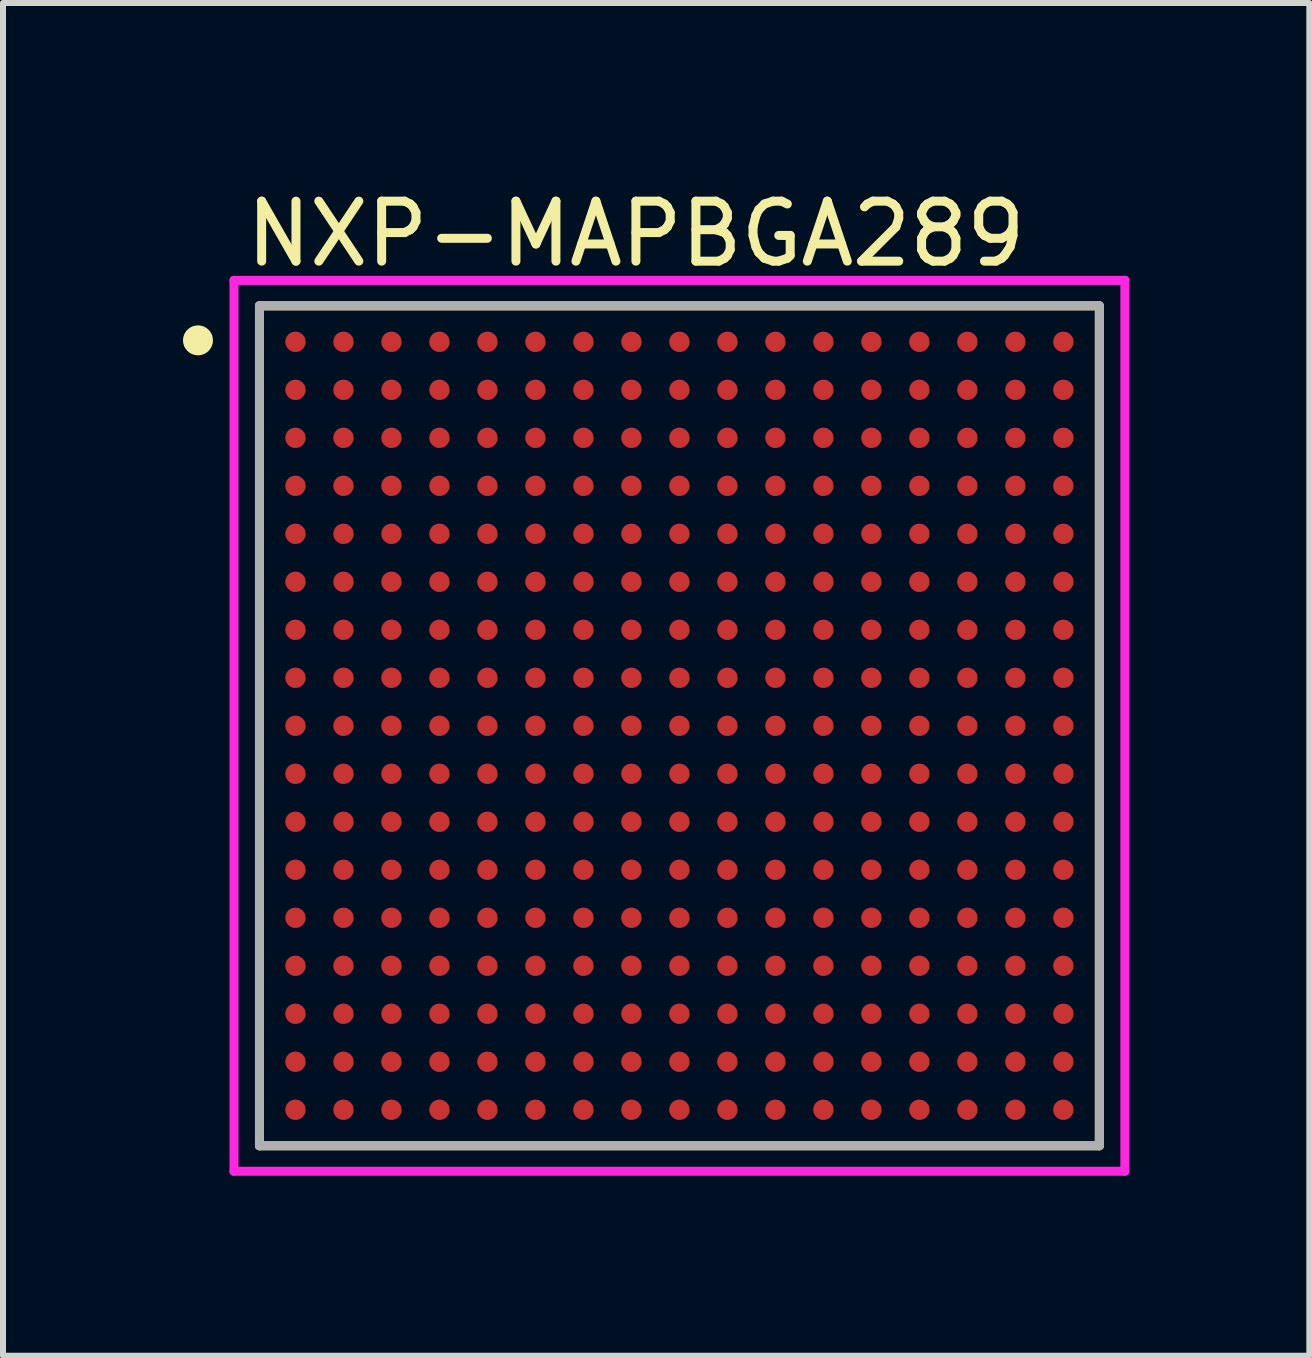
<source format=kicad_pcb>
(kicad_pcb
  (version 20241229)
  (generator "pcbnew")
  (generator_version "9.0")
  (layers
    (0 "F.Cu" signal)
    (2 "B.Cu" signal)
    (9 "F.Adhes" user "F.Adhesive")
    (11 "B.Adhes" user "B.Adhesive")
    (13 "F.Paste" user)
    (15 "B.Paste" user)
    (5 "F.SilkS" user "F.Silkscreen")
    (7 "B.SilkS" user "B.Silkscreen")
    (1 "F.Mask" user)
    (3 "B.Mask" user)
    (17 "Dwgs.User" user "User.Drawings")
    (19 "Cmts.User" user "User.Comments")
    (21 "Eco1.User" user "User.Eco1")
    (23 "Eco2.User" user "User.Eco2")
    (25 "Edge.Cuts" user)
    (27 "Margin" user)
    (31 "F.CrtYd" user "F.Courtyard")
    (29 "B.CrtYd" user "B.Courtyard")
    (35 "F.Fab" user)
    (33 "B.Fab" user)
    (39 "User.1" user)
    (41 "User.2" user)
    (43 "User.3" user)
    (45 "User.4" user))
  (footprint "NXP-MAPBGA289"
    (layer "F.Cu")
    (at 8.275 9.048)
    (property "Reference" "NXP-MAPBGA289" (at -7.3 -8.2 0) (layer "F.SilkS") (effects (font (size 1 1) (thickness 0.15)) (justify left)))
    (attr smd)
    (fp_line (start -7 -7) (end 7 -7) (stroke (width 0.15) (type solid)) (layer "F.SilkS"))
    (fp_line (start -7 7) (end -7 -7) (stroke (width 0.15) (type solid)) (layer "F.SilkS"))
    (fp_line (start 7 -7) (end 7 7) (stroke (width 0.15) (type solid)) (layer "F.SilkS"))
    (fp_line (start 7 7) (end -7 7) (stroke (width 0.15) (type solid)) (layer "F.SilkS"))
    (fp_circle (center -8.025 -6.425) (end -7.9 -6.425) (stroke (width 0.25) (type solid)) (fill no) (layer "F.SilkS"))
    (fp_line (start -7.425 -7.425) (end -7.425 7.425) (stroke (width 0.15) (type solid)) (layer "F.CrtYd"))
    (fp_line (start -7.425 7.425) (end 7.425 7.425) (stroke (width 0.15) (type solid)) (layer "F.CrtYd"))
    (fp_line (start 7.425 -7.425) (end -7.425 -7.425) (stroke (width 0.15) (type solid)) (layer "F.CrtYd"))
    (fp_line (start 7.425 -7.425) (end 7.425 -7.425) (stroke (width 0.15) (type solid)) (layer "F.CrtYd"))
    (fp_line (start 7.425 7.425) (end 7.425 -7.425) (stroke (width 0.15) (type solid)) (layer "F.CrtYd"))
    (fp_line (start -7 -7) (end 7 -7) (stroke (width 0.15) (type solid)) (layer "F.Fab"))
    (fp_line (start -7 7) (end -7 -7) (stroke (width 0.15) (type solid)) (layer "F.Fab"))
    (fp_line (start 7 -7) (end 7 7) (stroke (width 0.15) (type solid)) (layer "F.Fab"))
    (fp_line (start 7 7) (end -7 7) (stroke (width 0.15) (type solid)) (layer "F.Fab"))
    (pad "A1" smd circle (at -6.4 -6.4) (size 0.34 0.34) (layers "F.Cu" "F.Mask" "F.Paste"))
    (pad "A2" smd circle (at -5.6 -6.4) (size 0.34 0.34) (layers "F.Cu" "F.Mask" "F.Paste"))
    (pad "A3" smd circle (at -4.8 -6.4) (size 0.34 0.34) (layers "F.Cu" "F.Mask" "F.Paste"))
    (pad "A4" smd circle (at -4 -6.4) (size 0.34 0.34) (layers "F.Cu" "F.Mask" "F.Paste"))
    (pad "A5" smd circle (at -3.2 -6.4) (size 0.34 0.34) (layers "F.Cu" "F.Mask" "F.Paste"))
    (pad "A6" smd circle (at -2.4 -6.4) (size 0.34 0.34) (layers "F.Cu" "F.Mask" "F.Paste"))
    (pad "A7" smd circle (at -1.6 -6.4) (size 0.34 0.34) (layers "F.Cu" "F.Mask" "F.Paste"))
    (pad "A8" smd circle (at -0.8 -6.4) (size 0.34 0.34) (layers "F.Cu" "F.Mask" "F.Paste"))
    (pad "A9" smd circle (at 0 -6.4) (size 0.34 0.34) (layers "F.Cu" "F.Mask" "F.Paste"))
    (pad "A10" smd circle (at 0.8 -6.4) (size 0.34 0.34) (layers "F.Cu" "F.Mask" "F.Paste"))
    (pad "A11" smd circle (at 1.6 -6.4) (size 0.34 0.34) (layers "F.Cu" "F.Mask" "F.Paste"))
    (pad "A12" smd circle (at 2.4 -6.4) (size 0.34 0.34) (layers "F.Cu" "F.Mask" "F.Paste"))
    (pad "A13" smd circle (at 3.2 -6.4) (size 0.34 0.34) (layers "F.Cu" "F.Mask" "F.Paste"))
    (pad "A14" smd circle (at 4 -6.4) (size 0.34 0.34) (layers "F.Cu" "F.Mask" "F.Paste"))
    (pad "A15" smd circle (at 4.8 -6.4) (size 0.34 0.34) (layers "F.Cu" "F.Mask" "F.Paste"))
    (pad "A16" smd circle (at 5.6 -6.4) (size 0.34 0.34) (layers "F.Cu" "F.Mask" "F.Paste"))
    (pad "A17" smd circle (at 6.4 -6.4) (size 0.34 0.34) (layers "F.Cu" "F.Mask" "F.Paste"))
    (pad "B1" smd circle (at -6.4 -5.6) (size 0.34 0.34) (layers "F.Cu" "F.Mask" "F.Paste"))
    (pad "B2" smd circle (at -5.6 -5.6) (size 0.34 0.34) (layers "F.Cu" "F.Mask" "F.Paste"))
    (pad "B3" smd circle (at -4.8 -5.6) (size 0.34 0.34) (layers "F.Cu" "F.Mask" "F.Paste"))
    (pad "B4" smd circle (at -4 -5.6) (size 0.34 0.34) (layers "F.Cu" "F.Mask" "F.Paste"))
    (pad "B5" smd circle (at -3.2 -5.6) (size 0.34 0.34) (layers "F.Cu" "F.Mask" "F.Paste"))
    (pad "B6" smd circle (at -2.4 -5.6) (size 0.34 0.34) (layers "F.Cu" "F.Mask" "F.Paste"))
    (pad "B7" smd circle (at -1.6 -5.6) (size 0.34 0.34) (layers "F.Cu" "F.Mask" "F.Paste"))
    (pad "B8" smd circle (at -0.8 -5.6) (size 0.34 0.34) (layers "F.Cu" "F.Mask" "F.Paste"))
    (pad "B9" smd circle (at 0 -5.6) (size 0.34 0.34) (layers "F.Cu" "F.Mask" "F.Paste"))
    (pad "B10" smd circle (at 0.8 -5.6) (size 0.34 0.34) (layers "F.Cu" "F.Mask" "F.Paste"))
    (pad "B11" smd circle (at 1.6 -5.6) (size 0.34 0.34) (layers "F.Cu" "F.Mask" "F.Paste"))
    (pad "B12" smd circle (at 2.4 -5.6) (size 0.34 0.34) (layers "F.Cu" "F.Mask" "F.Paste"))
    (pad "B13" smd circle (at 3.2 -5.6) (size 0.34 0.34) (layers "F.Cu" "F.Mask" "F.Paste"))
    (pad "B14" smd circle (at 4 -5.6) (size 0.34 0.34) (layers "F.Cu" "F.Mask" "F.Paste"))
    (pad "B15" smd circle (at 4.8 -5.6) (size 0.34 0.34) (layers "F.Cu" "F.Mask" "F.Paste"))
    (pad "B16" smd circle (at 5.6 -5.6) (size 0.34 0.34) (layers "F.Cu" "F.Mask" "F.Paste"))
    (pad "B17" smd circle (at 6.4 -5.6) (size 0.34 0.34) (layers "F.Cu" "F.Mask" "F.Paste"))
    (pad "C1" smd circle (at -6.4 -4.8) (size 0.34 0.34) (layers "F.Cu" "F.Mask" "F.Paste"))
    (pad "C2" smd circle (at -5.6 -4.8) (size 0.34 0.34) (layers "F.Cu" "F.Mask" "F.Paste"))
    (pad "C3" smd circle (at -4.8 -4.8) (size 0.34 0.34) (layers "F.Cu" "F.Mask" "F.Paste"))
    (pad "C4" smd circle (at -4 -4.8) (size 0.34 0.34) (layers "F.Cu" "F.Mask" "F.Paste"))
    (pad "C5" smd circle (at -3.2 -4.8) (size 0.34 0.34) (layers "F.Cu" "F.Mask" "F.Paste"))
    (pad "C6" smd circle (at -2.4 -4.8) (size 0.34 0.34) (layers "F.Cu" "F.Mask" "F.Paste"))
    (pad "C7" smd circle (at -1.6 -4.8) (size 0.34 0.34) (layers "F.Cu" "F.Mask" "F.Paste"))
    (pad "C8" smd circle (at -0.8 -4.8) (size 0.34 0.34) (layers "F.Cu" "F.Mask" "F.Paste"))
    (pad "C9" smd circle (at 0 -4.8) (size 0.34 0.34) (layers "F.Cu" "F.Mask" "F.Paste"))
    (pad "C10" smd circle (at 0.8 -4.8) (size 0.34 0.34) (layers "F.Cu" "F.Mask" "F.Paste"))
    (pad "C11" smd circle (at 1.6 -4.8) (size 0.34 0.34) (layers "F.Cu" "F.Mask" "F.Paste"))
    (pad "C12" smd circle (at 2.4 -4.8) (size 0.34 0.34) (layers "F.Cu" "F.Mask" "F.Paste"))
    (pad "C13" smd circle (at 3.2 -4.8) (size 0.34 0.34) (layers "F.Cu" "F.Mask" "F.Paste"))
    (pad "C14" smd circle (at 4 -4.8) (size 0.34 0.34) (layers "F.Cu" "F.Mask" "F.Paste"))
    (pad "C15" smd circle (at 4.8 -4.8) (size 0.34 0.34) (layers "F.Cu" "F.Mask" "F.Paste"))
    (pad "C16" smd circle (at 5.6 -4.8) (size 0.34 0.34) (layers "F.Cu" "F.Mask" "F.Paste"))
    (pad "C17" smd circle (at 6.4 -4.8) (size 0.34 0.34) (layers "F.Cu" "F.Mask" "F.Paste"))
    (pad "D1" smd circle (at -6.4 -4) (size 0.34 0.34) (layers "F.Cu" "F.Mask" "F.Paste"))
    (pad "D2" smd circle (at -5.6 -4) (size 0.34 0.34) (layers "F.Cu" "F.Mask" "F.Paste"))
    (pad "D3" smd circle (at -4.8 -4) (size 0.34 0.34) (layers "F.Cu" "F.Mask" "F.Paste"))
    (pad "D4" smd circle (at -4 -4) (size 0.34 0.34) (layers "F.Cu" "F.Mask" "F.Paste"))
    (pad "D5" smd circle (at -3.2 -4) (size 0.34 0.34) (layers "F.Cu" "F.Mask" "F.Paste"))
    (pad "D6" smd circle (at -2.4 -4) (size 0.34 0.34) (layers "F.Cu" "F.Mask" "F.Paste"))
    (pad "D7" smd circle (at -1.6 -4) (size 0.34 0.34) (layers "F.Cu" "F.Mask" "F.Paste"))
    (pad "D8" smd circle (at -0.8 -4) (size 0.34 0.34) (layers "F.Cu" "F.Mask" "F.Paste"))
    (pad "D9" smd circle (at 0 -4) (size 0.34 0.34) (layers "F.Cu" "F.Mask" "F.Paste"))
    (pad "D10" smd circle (at 0.8 -4) (size 0.34 0.34) (layers "F.Cu" "F.Mask" "F.Paste"))
    (pad "D11" smd circle (at 1.6 -4) (size 0.34 0.34) (layers "F.Cu" "F.Mask" "F.Paste"))
    (pad "D12" smd circle (at 2.4 -4) (size 0.34 0.34) (layers "F.Cu" "F.Mask" "F.Paste"))
    (pad "D13" smd circle (at 3.2 -4) (size 0.34 0.34) (layers "F.Cu" "F.Mask" "F.Paste"))
    (pad "D14" smd circle (at 4 -4) (size 0.34 0.34) (layers "F.Cu" "F.Mask" "F.Paste"))
    (pad "D15" smd circle (at 4.8 -4) (size 0.34 0.34) (layers "F.Cu" "F.Mask" "F.Paste"))
    (pad "D16" smd circle (at 5.6 -4) (size 0.34 0.34) (layers "F.Cu" "F.Mask" "F.Paste"))
    (pad "D17" smd circle (at 6.4 -4) (size 0.34 0.34) (layers "F.Cu" "F.Mask" "F.Paste"))
    (pad "E1" smd circle (at -6.4 -3.2) (size 0.34 0.34) (layers "F.Cu" "F.Mask" "F.Paste"))
    (pad "E2" smd circle (at -5.6 -3.2) (size 0.34 0.34) (layers "F.Cu" "F.Mask" "F.Paste"))
    (pad "E3" smd circle (at -4.8 -3.2) (size 0.34 0.34) (layers "F.Cu" "F.Mask" "F.Paste"))
    (pad "E4" smd circle (at -4 -3.2) (size 0.34 0.34) (layers "F.Cu" "F.Mask" "F.Paste"))
    (pad "E5" smd circle (at -3.2 -3.2) (size 0.34 0.34) (layers "F.Cu" "F.Mask" "F.Paste"))
    (pad "E6" smd circle (at -2.4 -3.2) (size 0.34 0.34) (layers "F.Cu" "F.Mask" "F.Paste"))
    (pad "E7" smd circle (at -1.6 -3.2) (size 0.34 0.34) (layers "F.Cu" "F.Mask" "F.Paste"))
    (pad "E8" smd circle (at -0.8 -3.2) (size 0.34 0.34) (layers "F.Cu" "F.Mask" "F.Paste"))
    (pad "E9" smd circle (at 0 -3.2) (size 0.34 0.34) (layers "F.Cu" "F.Mask" "F.Paste"))
    (pad "E10" smd circle (at 0.8 -3.2) (size 0.34 0.34) (layers "F.Cu" "F.Mask" "F.Paste"))
    (pad "E11" smd circle (at 1.6 -3.2) (size 0.34 0.34) (layers "F.Cu" "F.Mask" "F.Paste"))
    (pad "E12" smd circle (at 2.4 -3.2) (size 0.34 0.34) (layers "F.Cu" "F.Mask" "F.Paste"))
    (pad "E13" smd circle (at 3.2 -3.2) (size 0.34 0.34) (layers "F.Cu" "F.Mask" "F.Paste"))
    (pad "E14" smd circle (at 4 -3.2) (size 0.34 0.34) (layers "F.Cu" "F.Mask" "F.Paste"))
    (pad "E15" smd circle (at 4.8 -3.2) (size 0.34 0.34) (layers "F.Cu" "F.Mask" "F.Paste"))
    (pad "E16" smd circle (at 5.6 -3.2) (size 0.34 0.34) (layers "F.Cu" "F.Mask" "F.Paste"))
    (pad "E17" smd circle (at 6.4 -3.2) (size 0.34 0.34) (layers "F.Cu" "F.Mask" "F.Paste"))
    (pad "F1" smd circle (at -6.4 -2.4) (size 0.34 0.34) (layers "F.Cu" "F.Mask" "F.Paste"))
    (pad "F2" smd circle (at -5.6 -2.4) (size 0.34 0.34) (layers "F.Cu" "F.Mask" "F.Paste"))
    (pad "F3" smd circle (at -4.8 -2.4) (size 0.34 0.34) (layers "F.Cu" "F.Mask" "F.Paste"))
    (pad "F4" smd circle (at -4 -2.4) (size 0.34 0.34) (layers "F.Cu" "F.Mask" "F.Paste"))
    (pad "F5" smd circle (at -3.2 -2.4) (size 0.34 0.34) (layers "F.Cu" "F.Mask" "F.Paste"))
    (pad "F6" smd circle (at -2.4 -2.4) (size 0.34 0.34) (layers "F.Cu" "F.Mask" "F.Paste"))
    (pad "F7" smd circle (at -1.6 -2.4) (size 0.34 0.34) (layers "F.Cu" "F.Mask" "F.Paste"))
    (pad "F8" smd circle (at -0.8 -2.4) (size 0.34 0.34) (layers "F.Cu" "F.Mask" "F.Paste"))
    (pad "F9" smd circle (at 0 -2.4) (size 0.34 0.34) (layers "F.Cu" "F.Mask" "F.Paste"))
    (pad "F10" smd circle (at 0.8 -2.4) (size 0.34 0.34) (layers "F.Cu" "F.Mask" "F.Paste"))
    (pad "F11" smd circle (at 1.6 -2.4) (size 0.34 0.34) (layers "F.Cu" "F.Mask" "F.Paste"))
    (pad "F12" smd circle (at 2.4 -2.4) (size 0.34 0.34) (layers "F.Cu" "F.Mask" "F.Paste"))
    (pad "F13" smd circle (at 3.2 -2.4) (size 0.34 0.34) (layers "F.Cu" "F.Mask" "F.Paste"))
    (pad "F14" smd circle (at 4 -2.4) (size 0.34 0.34) (layers "F.Cu" "F.Mask" "F.Paste"))
    (pad "F15" smd circle (at 4.8 -2.4) (size 0.34 0.34) (layers "F.Cu" "F.Mask" "F.Paste"))
    (pad "F16" smd circle (at 5.6 -2.4) (size 0.34 0.34) (layers "F.Cu" "F.Mask" "F.Paste"))
    (pad "F17" smd circle (at 6.4 -2.4) (size 0.34 0.34) (layers "F.Cu" "F.Mask" "F.Paste"))
    (pad "G1" smd circle (at -6.4 -1.6) (size 0.34 0.34) (layers "F.Cu" "F.Mask" "F.Paste"))
    (pad "G2" smd circle (at -5.6 -1.6) (size 0.34 0.34) (layers "F.Cu" "F.Mask" "F.Paste"))
    (pad "G3" smd circle (at -4.8 -1.6) (size 0.34 0.34) (layers "F.Cu" "F.Mask" "F.Paste"))
    (pad "G4" smd circle (at -4 -1.6) (size 0.34 0.34) (layers "F.Cu" "F.Mask" "F.Paste"))
    (pad "G5" smd circle (at -3.2 -1.6) (size 0.34 0.34) (layers "F.Cu" "F.Mask" "F.Paste"))
    (pad "G6" smd circle (at -2.4 -1.6) (size 0.34 0.34) (layers "F.Cu" "F.Mask" "F.Paste"))
    (pad "G7" smd circle (at -1.6 -1.6) (size 0.34 0.34) (layers "F.Cu" "F.Mask" "F.Paste"))
    (pad "G8" smd circle (at -0.8 -1.6) (size 0.34 0.34) (layers "F.Cu" "F.Mask" "F.Paste"))
    (pad "G9" smd circle (at 0 -1.6) (size 0.34 0.34) (layers "F.Cu" "F.Mask" "F.Paste"))
    (pad "G10" smd circle (at 0.8 -1.6) (size 0.34 0.34) (layers "F.Cu" "F.Mask" "F.Paste"))
    (pad "G11" smd circle (at 1.6 -1.6) (size 0.34 0.34) (layers "F.Cu" "F.Mask" "F.Paste"))
    (pad "G12" smd circle (at 2.4 -1.6) (size 0.34 0.34) (layers "F.Cu" "F.Mask" "F.Paste"))
    (pad "G13" smd circle (at 3.2 -1.6) (size 0.34 0.34) (layers "F.Cu" "F.Mask" "F.Paste"))
    (pad "G14" smd circle (at 4 -1.6) (size 0.34 0.34) (layers "F.Cu" "F.Mask" "F.Paste"))
    (pad "G15" smd circle (at 4.8 -1.6) (size 0.34 0.34) (layers "F.Cu" "F.Mask" "F.Paste"))
    (pad "G16" smd circle (at 5.6 -1.6) (size 0.34 0.34) (layers "F.Cu" "F.Mask" "F.Paste"))
    (pad "G17" smd circle (at 6.4 -1.6) (size 0.34 0.34) (layers "F.Cu" "F.Mask" "F.Paste"))
    (pad "H1" smd circle (at -6.4 -0.8) (size 0.34 0.34) (layers "F.Cu" "F.Mask" "F.Paste"))
    (pad "H2" smd circle (at -5.6 -0.8) (size 0.34 0.34) (layers "F.Cu" "F.Mask" "F.Paste"))
    (pad "H3" smd circle (at -4.8 -0.8) (size 0.34 0.34) (layers "F.Cu" "F.Mask" "F.Paste"))
    (pad "H4" smd circle (at -4 -0.8) (size 0.34 0.34) (layers "F.Cu" "F.Mask" "F.Paste"))
    (pad "H5" smd circle (at -3.2 -0.8) (size 0.34 0.34) (layers "F.Cu" "F.Mask" "F.Paste"))
    (pad "H6" smd circle (at -2.4 -0.8) (size 0.34 0.34) (layers "F.Cu" "F.Mask" "F.Paste"))
    (pad "H7" smd circle (at -1.6 -0.8) (size 0.34 0.34) (layers "F.Cu" "F.Mask" "F.Paste"))
    (pad "H8" smd circle (at -0.8 -0.8) (size 0.34 0.34) (layers "F.Cu" "F.Mask" "F.Paste"))
    (pad "H9" smd circle (at 0 -0.8) (size 0.34 0.34) (layers "F.Cu" "F.Mask" "F.Paste"))
    (pad "H10" smd circle (at 0.8 -0.8) (size 0.34 0.34) (layers "F.Cu" "F.Mask" "F.Paste"))
    (pad "H11" smd circle (at 1.6 -0.8) (size 0.34 0.34) (layers "F.Cu" "F.Mask" "F.Paste"))
    (pad "H12" smd circle (at 2.4 -0.8) (size 0.34 0.34) (layers "F.Cu" "F.Mask" "F.Paste"))
    (pad "H13" smd circle (at 3.2 -0.8) (size 0.34 0.34) (layers "F.Cu" "F.Mask" "F.Paste"))
    (pad "H14" smd circle (at 4 -0.8) (size 0.34 0.34) (layers "F.Cu" "F.Mask" "F.Paste"))
    (pad "H15" smd circle (at 4.8 -0.8) (size 0.34 0.34) (layers "F.Cu" "F.Mask" "F.Paste"))
    (pad "H16" smd circle (at 5.6 -0.8) (size 0.34 0.34) (layers "F.Cu" "F.Mask" "F.Paste"))
    (pad "H17" smd circle (at 6.4 -0.8) (size 0.34 0.34) (layers "F.Cu" "F.Mask" "F.Paste"))
    (pad "J1" smd circle (at -6.4 0) (size 0.34 0.34) (layers "F.Cu" "F.Mask" "F.Paste"))
    (pad "J2" smd circle (at -5.6 0) (size 0.34 0.34) (layers "F.Cu" "F.Mask" "F.Paste"))
    (pad "J3" smd circle (at -4.8 0) (size 0.34 0.34) (layers "F.Cu" "F.Mask" "F.Paste"))
    (pad "J4" smd circle (at -4 0) (size 0.34 0.34) (layers "F.Cu" "F.Mask" "F.Paste"))
    (pad "J5" smd circle (at -3.2 0) (size 0.34 0.34) (layers "F.Cu" "F.Mask" "F.Paste"))
    (pad "J6" smd circle (at -2.4 0) (size 0.34 0.34) (layers "F.Cu" "F.Mask" "F.Paste"))
    (pad "J7" smd circle (at -1.6 0) (size 0.34 0.34) (layers "F.Cu" "F.Mask" "F.Paste"))
    (pad "J8" smd circle (at -0.8 0) (size 0.34 0.34) (layers "F.Cu" "F.Mask" "F.Paste"))
    (pad "J9" smd circle (at 0 0) (size 0.34 0.34) (layers "F.Cu" "F.Mask" "F.Paste"))
    (pad "J10" smd circle (at 0.8 0) (size 0.34 0.34) (layers "F.Cu" "F.Mask" "F.Paste"))
    (pad "J11" smd circle (at 1.6 0) (size 0.34 0.34) (layers "F.Cu" "F.Mask" "F.Paste"))
    (pad "J12" smd circle (at 2.4 0) (size 0.34 0.34) (layers "F.Cu" "F.Mask" "F.Paste"))
    (pad "J13" smd circle (at 3.2 0) (size 0.34 0.34) (layers "F.Cu" "F.Mask" "F.Paste"))
    (pad "J14" smd circle (at 4 0) (size 0.34 0.34) (layers "F.Cu" "F.Mask" "F.Paste"))
    (pad "J15" smd circle (at 4.8 0) (size 0.34 0.34) (layers "F.Cu" "F.Mask" "F.Paste"))
    (pad "J16" smd circle (at 5.6 0) (size 0.34 0.34) (layers "F.Cu" "F.Mask" "F.Paste"))
    (pad "J17" smd circle (at 6.4 0) (size 0.34 0.34) (layers "F.Cu" "F.Mask" "F.Paste"))
    (pad "K1" smd circle (at -6.4 0.8) (size 0.34 0.34) (layers "F.Cu" "F.Mask" "F.Paste"))
    (pad "K2" smd circle (at -5.6 0.8) (size 0.34 0.34) (layers "F.Cu" "F.Mask" "F.Paste"))
    (pad "K3" smd circle (at -4.8 0.8) (size 0.34 0.34) (layers "F.Cu" "F.Mask" "F.Paste"))
    (pad "K4" smd circle (at -4 0.8) (size 0.34 0.34) (layers "F.Cu" "F.Mask" "F.Paste"))
    (pad "K5" smd circle (at -3.2 0.8) (size 0.34 0.34) (layers "F.Cu" "F.Mask" "F.Paste"))
    (pad "K6" smd circle (at -2.4 0.8) (size 0.34 0.34) (layers "F.Cu" "F.Mask" "F.Paste"))
    (pad "K7" smd circle (at -1.6 0.8) (size 0.34 0.34) (layers "F.Cu" "F.Mask" "F.Paste"))
    (pad "K8" smd circle (at -0.8 0.8) (size 0.34 0.34) (layers "F.Cu" "F.Mask" "F.Paste"))
    (pad "K9" smd circle (at 0 0.8) (size 0.34 0.34) (layers "F.Cu" "F.Mask" "F.Paste"))
    (pad "K10" smd circle (at 0.8 0.8) (size 0.34 0.34) (layers "F.Cu" "F.Mask" "F.Paste"))
    (pad "K11" smd circle (at 1.6 0.8) (size 0.34 0.34) (layers "F.Cu" "F.Mask" "F.Paste"))
    (pad "K12" smd circle (at 2.4 0.8) (size 0.34 0.34) (layers "F.Cu" "F.Mask" "F.Paste"))
    (pad "K13" smd circle (at 3.2 0.8) (size 0.34 0.34) (layers "F.Cu" "F.Mask" "F.Paste"))
    (pad "K14" smd circle (at 4 0.8) (size 0.34 0.34) (layers "F.Cu" "F.Mask" "F.Paste"))
    (pad "K15" smd circle (at 4.8 0.8) (size 0.34 0.34) (layers "F.Cu" "F.Mask" "F.Paste"))
    (pad "K16" smd circle (at 5.6 0.8) (size 0.34 0.34) (layers "F.Cu" "F.Mask" "F.Paste"))
    (pad "K17" smd circle (at 6.4 0.8) (size 0.34 0.34) (layers "F.Cu" "F.Mask" "F.Paste"))
    (pad "L1" smd circle (at -6.4 1.6) (size 0.34 0.34) (layers "F.Cu" "F.Mask" "F.Paste"))
    (pad "L2" smd circle (at -5.6 1.6) (size 0.34 0.34) (layers "F.Cu" "F.Mask" "F.Paste"))
    (pad "L3" smd circle (at -4.8 1.6) (size 0.34 0.34) (layers "F.Cu" "F.Mask" "F.Paste"))
    (pad "L4" smd circle (at -4 1.6) (size 0.34 0.34) (layers "F.Cu" "F.Mask" "F.Paste"))
    (pad "L5" smd circle (at -3.2 1.6) (size 0.34 0.34) (layers "F.Cu" "F.Mask" "F.Paste"))
    (pad "L6" smd circle (at -2.4 1.6) (size 0.34 0.34) (layers "F.Cu" "F.Mask" "F.Paste"))
    (pad "L7" smd circle (at -1.6 1.6) (size 0.34 0.34) (layers "F.Cu" "F.Mask" "F.Paste"))
    (pad "L8" smd circle (at -0.8 1.6) (size 0.34 0.34) (layers "F.Cu" "F.Mask" "F.Paste"))
    (pad "L9" smd circle (at 0 1.6) (size 0.34 0.34) (layers "F.Cu" "F.Mask" "F.Paste"))
    (pad "L10" smd circle (at 0.8 1.6) (size 0.34 0.34) (layers "F.Cu" "F.Mask" "F.Paste"))
    (pad "L11" smd circle (at 1.6 1.6) (size 0.34 0.34) (layers "F.Cu" "F.Mask" "F.Paste"))
    (pad "L12" smd circle (at 2.4 1.6) (size 0.34 0.34) (layers "F.Cu" "F.Mask" "F.Paste"))
    (pad "L13" smd circle (at 3.2 1.6) (size 0.34 0.34) (layers "F.Cu" "F.Mask" "F.Paste"))
    (pad "L14" smd circle (at 4 1.6) (size 0.34 0.34) (layers "F.Cu" "F.Mask" "F.Paste"))
    (pad "L15" smd circle (at 4.8 1.6) (size 0.34 0.34) (layers "F.Cu" "F.Mask" "F.Paste"))
    (pad "L16" smd circle (at 5.6 1.6) (size 0.34 0.34) (layers "F.Cu" "F.Mask" "F.Paste"))
    (pad "L17" smd circle (at 6.4 1.6) (size 0.34 0.34) (layers "F.Cu" "F.Mask" "F.Paste"))
    (pad "M1" smd circle (at -6.4 2.4) (size 0.34 0.34) (layers "F.Cu" "F.Mask" "F.Paste"))
    (pad "M2" smd circle (at -5.6 2.4) (size 0.34 0.34) (layers "F.Cu" "F.Mask" "F.Paste"))
    (pad "M3" smd circle (at -4.8 2.4) (size 0.34 0.34) (layers "F.Cu" "F.Mask" "F.Paste"))
    (pad "M4" smd circle (at -4 2.4) (size 0.34 0.34) (layers "F.Cu" "F.Mask" "F.Paste"))
    (pad "M5" smd circle (at -3.2 2.4) (size 0.34 0.34) (layers "F.Cu" "F.Mask" "F.Paste"))
    (pad "M6" smd circle (at -2.4 2.4) (size 0.34 0.34) (layers "F.Cu" "F.Mask" "F.Paste"))
    (pad "M7" smd circle (at -1.6 2.4) (size 0.34 0.34) (layers "F.Cu" "F.Mask" "F.Paste"))
    (pad "M8" smd circle (at -0.8 2.4) (size 0.34 0.34) (layers "F.Cu" "F.Mask" "F.Paste"))
    (pad "M9" smd circle (at 0 2.4) (size 0.34 0.34) (layers "F.Cu" "F.Mask" "F.Paste"))
    (pad "M10" smd circle (at 0.8 2.4) (size 0.34 0.34) (layers "F.Cu" "F.Mask" "F.Paste"))
    (pad "M11" smd circle (at 1.6 2.4) (size 0.34 0.34) (layers "F.Cu" "F.Mask" "F.Paste"))
    (pad "M12" smd circle (at 2.4 2.4) (size 0.34 0.34) (layers "F.Cu" "F.Mask" "F.Paste"))
    (pad "M13" smd circle (at 3.2 2.4) (size 0.34 0.34) (layers "F.Cu" "F.Mask" "F.Paste"))
    (pad "M14" smd circle (at 4 2.4) (size 0.34 0.34) (layers "F.Cu" "F.Mask" "F.Paste"))
    (pad "M15" smd circle (at 4.8 2.4) (size 0.34 0.34) (layers "F.Cu" "F.Mask" "F.Paste"))
    (pad "M16" smd circle (at 5.6 2.4) (size 0.34 0.34) (layers "F.Cu" "F.Mask" "F.Paste"))
    (pad "M17" smd circle (at 6.4 2.4) (size 0.34 0.34) (layers "F.Cu" "F.Mask" "F.Paste"))
    (pad "N1" smd circle (at -6.4 3.2) (size 0.34 0.34) (layers "F.Cu" "F.Mask" "F.Paste"))
    (pad "N2" smd circle (at -5.6 3.2) (size 0.34 0.34) (layers "F.Cu" "F.Mask" "F.Paste"))
    (pad "N3" smd circle (at -4.8 3.2) (size 0.34 0.34) (layers "F.Cu" "F.Mask" "F.Paste"))
    (pad "N4" smd circle (at -4 3.2) (size 0.34 0.34) (layers "F.Cu" "F.Mask" "F.Paste"))
    (pad "N5" smd circle (at -3.2 3.2) (size 0.34 0.34) (layers "F.Cu" "F.Mask" "F.Paste"))
    (pad "N6" smd circle (at -2.4 3.2) (size 0.34 0.34) (layers "F.Cu" "F.Mask" "F.Paste"))
    (pad "N7" smd circle (at -1.6 3.2) (size 0.34 0.34) (layers "F.Cu" "F.Mask" "F.Paste"))
    (pad "N8" smd circle (at -0.8 3.2) (size 0.34 0.34) (layers "F.Cu" "F.Mask" "F.Paste"))
    (pad "N9" smd circle (at 0 3.2) (size 0.34 0.34) (layers "F.Cu" "F.Mask" "F.Paste"))
    (pad "N10" smd circle (at 0.8 3.2) (size 0.34 0.34) (layers "F.Cu" "F.Mask" "F.Paste"))
    (pad "N11" smd circle (at 1.6 3.2) (size 0.34 0.34) (layers "F.Cu" "F.Mask" "F.Paste"))
    (pad "N12" smd circle (at 2.4 3.2) (size 0.34 0.34) (layers "F.Cu" "F.Mask" "F.Paste"))
    (pad "N13" smd circle (at 3.2 3.2) (size 0.34 0.34) (layers "F.Cu" "F.Mask" "F.Paste"))
    (pad "N14" smd circle (at 4 3.2) (size 0.34 0.34) (layers "F.Cu" "F.Mask" "F.Paste"))
    (pad "N15" smd circle (at 4.8 3.2) (size 0.34 0.34) (layers "F.Cu" "F.Mask" "F.Paste"))
    (pad "N16" smd circle (at 5.6 3.2) (size 0.34 0.34) (layers "F.Cu" "F.Mask" "F.Paste"))
    (pad "N17" smd circle (at 6.4 3.2) (size 0.34 0.34) (layers "F.Cu" "F.Mask" "F.Paste"))
    (pad "P1" smd circle (at -6.4 4) (size 0.34 0.34) (layers "F.Cu" "F.Mask" "F.Paste"))
    (pad "P2" smd circle (at -5.6 4) (size 0.34 0.34) (layers "F.Cu" "F.Mask" "F.Paste"))
    (pad "P3" smd circle (at -4.8 4) (size 0.34 0.34) (layers "F.Cu" "F.Mask" "F.Paste"))
    (pad "P4" smd circle (at -4 4) (size 0.34 0.34) (layers "F.Cu" "F.Mask" "F.Paste"))
    (pad "P5" smd circle (at -3.2 4) (size 0.34 0.34) (layers "F.Cu" "F.Mask" "F.Paste"))
    (pad "P6" smd circle (at -2.4 4) (size 0.34 0.34) (layers "F.Cu" "F.Mask" "F.Paste"))
    (pad "P7" smd circle (at -1.6 4) (size 0.34 0.34) (layers "F.Cu" "F.Mask" "F.Paste"))
    (pad "P8" smd circle (at -0.8 4) (size 0.34 0.34) (layers "F.Cu" "F.Mask" "F.Paste"))
    (pad "P9" smd circle (at 0 4) (size 0.34 0.34) (layers "F.Cu" "F.Mask" "F.Paste"))
    (pad "P10" smd circle (at 0.8 4) (size 0.34 0.34) (layers "F.Cu" "F.Mask" "F.Paste"))
    (pad "P11" smd circle (at 1.6 4) (size 0.34 0.34) (layers "F.Cu" "F.Mask" "F.Paste"))
    (pad "P12" smd circle (at 2.4 4) (size 0.34 0.34) (layers "F.Cu" "F.Mask" "F.Paste"))
    (pad "P13" smd circle (at 3.2 4) (size 0.34 0.34) (layers "F.Cu" "F.Mask" "F.Paste"))
    (pad "P14" smd circle (at 4 4) (size 0.34 0.34) (layers "F.Cu" "F.Mask" "F.Paste"))
    (pad "P15" smd circle (at 4.8 4) (size 0.34 0.34) (layers "F.Cu" "F.Mask" "F.Paste"))
    (pad "P16" smd circle (at 5.6 4) (size 0.34 0.34) (layers "F.Cu" "F.Mask" "F.Paste"))
    (pad "P17" smd circle (at 6.4 4) (size 0.34 0.34) (layers "F.Cu" "F.Mask" "F.Paste"))
    (pad "R1" smd circle (at -6.4 4.8) (size 0.34 0.34) (layers "F.Cu" "F.Mask" "F.Paste"))
    (pad "R2" smd circle (at -5.6 4.8) (size 0.34 0.34) (layers "F.Cu" "F.Mask" "F.Paste"))
    (pad "R3" smd circle (at -4.8 4.8) (size 0.34 0.34) (layers "F.Cu" "F.Mask" "F.Paste"))
    (pad "R4" smd circle (at -4 4.8) (size 0.34 0.34) (layers "F.Cu" "F.Mask" "F.Paste"))
    (pad "R5" smd circle (at -3.2 4.8) (size 0.34 0.34) (layers "F.Cu" "F.Mask" "F.Paste"))
    (pad "R6" smd circle (at -2.4 4.8) (size 0.34 0.34) (layers "F.Cu" "F.Mask" "F.Paste"))
    (pad "R7" smd circle (at -1.6 4.8) (size 0.34 0.34) (layers "F.Cu" "F.Mask" "F.Paste"))
    (pad "R8" smd circle (at -0.8 4.8) (size 0.34 0.34) (layers "F.Cu" "F.Mask" "F.Paste"))
    (pad "R9" smd circle (at 0 4.8) (size 0.34 0.34) (layers "F.Cu" "F.Mask" "F.Paste"))
    (pad "R10" smd circle (at 0.8 4.8) (size 0.34 0.34) (layers "F.Cu" "F.Mask" "F.Paste"))
    (pad "R11" smd circle (at 1.6 4.8) (size 0.34 0.34) (layers "F.Cu" "F.Mask" "F.Paste"))
    (pad "R12" smd circle (at 2.4 4.8) (size 0.34 0.34) (layers "F.Cu" "F.Mask" "F.Paste"))
    (pad "R13" smd circle (at 3.2 4.8) (size 0.34 0.34) (layers "F.Cu" "F.Mask" "F.Paste"))
    (pad "R14" smd circle (at 4 4.8) (size 0.34 0.34) (layers "F.Cu" "F.Mask" "F.Paste"))
    (pad "R15" smd circle (at 4.8 4.8) (size 0.34 0.34) (layers "F.Cu" "F.Mask" "F.Paste"))
    (pad "R16" smd circle (at 5.6 4.8) (size 0.34 0.34) (layers "F.Cu" "F.Mask" "F.Paste"))
    (pad "R17" smd circle (at 6.4 4.8) (size 0.34 0.34) (layers "F.Cu" "F.Mask" "F.Paste"))
    (pad "T1" smd circle (at -6.4 5.6) (size 0.34 0.34) (layers "F.Cu" "F.Mask" "F.Paste"))
    (pad "T2" smd circle (at -5.6 5.6) (size 0.34 0.34) (layers "F.Cu" "F.Mask" "F.Paste"))
    (pad "T3" smd circle (at -4.8 5.6) (size 0.34 0.34) (layers "F.Cu" "F.Mask" "F.Paste"))
    (pad "T4" smd circle (at -4 5.6) (size 0.34 0.34) (layers "F.Cu" "F.Mask" "F.Paste"))
    (pad "T5" smd circle (at -3.2 5.6) (size 0.34 0.34) (layers "F.Cu" "F.Mask" "F.Paste"))
    (pad "T6" smd circle (at -2.4 5.6) (size 0.34 0.34) (layers "F.Cu" "F.Mask" "F.Paste"))
    (pad "T7" smd circle (at -1.6 5.6) (size 0.34 0.34) (layers "F.Cu" "F.Mask" "F.Paste"))
    (pad "T8" smd circle (at -0.8 5.6) (size 0.34 0.34) (layers "F.Cu" "F.Mask" "F.Paste"))
    (pad "T9" smd circle (at 0 5.6) (size 0.34 0.34) (layers "F.Cu" "F.Mask" "F.Paste"))
    (pad "T10" smd circle (at 0.8 5.6) (size 0.34 0.34) (layers "F.Cu" "F.Mask" "F.Paste"))
    (pad "T11" smd circle (at 1.6 5.6) (size 0.34 0.34) (layers "F.Cu" "F.Mask" "F.Paste"))
    (pad "T12" smd circle (at 2.4 5.6) (size 0.34 0.34) (layers "F.Cu" "F.Mask" "F.Paste"))
    (pad "T13" smd circle (at 3.2 5.6) (size 0.34 0.34) (layers "F.Cu" "F.Mask" "F.Paste"))
    (pad "T14" smd circle (at 4 5.6) (size 0.34 0.34) (layers "F.Cu" "F.Mask" "F.Paste"))
    (pad "T15" smd circle (at 4.8 5.6) (size 0.34 0.34) (layers "F.Cu" "F.Mask" "F.Paste"))
    (pad "T16" smd circle (at 5.6 5.6) (size 0.34 0.34) (layers "F.Cu" "F.Mask" "F.Paste"))
    (pad "T17" smd circle (at 6.4 5.6) (size 0.34 0.34) (layers "F.Cu" "F.Mask" "F.Paste"))
    (pad "U1" smd circle (at -6.4 6.4) (size 0.34 0.34) (layers "F.Cu" "F.Mask" "F.Paste"))
    (pad "U2" smd circle (at -5.6 6.4) (size 0.34 0.34) (layers "F.Cu" "F.Mask" "F.Paste"))
    (pad "U3" smd circle (at -4.8 6.4) (size 0.34 0.34) (layers "F.Cu" "F.Mask" "F.Paste"))
    (pad "U4" smd circle (at -4 6.4) (size 0.34 0.34) (layers "F.Cu" "F.Mask" "F.Paste"))
    (pad "U5" smd circle (at -3.2 6.4) (size 0.34 0.34) (layers "F.Cu" "F.Mask" "F.Paste"))
    (pad "U6" smd circle (at -2.4 6.4) (size 0.34 0.34) (layers "F.Cu" "F.Mask" "F.Paste"))
    (pad "U7" smd circle (at -1.6 6.4) (size 0.34 0.34) (layers "F.Cu" "F.Mask" "F.Paste"))
    (pad "U8" smd circle (at -0.8 6.4) (size 0.34 0.34) (layers "F.Cu" "F.Mask" "F.Paste"))
    (pad "U9" smd circle (at 0 6.4) (size 0.34 0.34) (layers "F.Cu" "F.Mask" "F.Paste"))
    (pad "U10" smd circle (at 0.8 6.4) (size 0.34 0.34) (layers "F.Cu" "F.Mask" "F.Paste"))
    (pad "U11" smd circle (at 1.6 6.4) (size 0.34 0.34) (layers "F.Cu" "F.Mask" "F.Paste"))
    (pad "U12" smd circle (at 2.4 6.4) (size 0.34 0.34) (layers "F.Cu" "F.Mask" "F.Paste"))
    (pad "U13" smd circle (at 3.2 6.4) (size 0.34 0.34) (layers "F.Cu" "F.Mask" "F.Paste"))
    (pad "U14" smd circle (at 4 6.4) (size 0.34 0.34) (layers "F.Cu" "F.Mask" "F.Paste"))
    (pad "U15" smd circle (at 4.8 6.4) (size 0.34 0.34) (layers "F.Cu" "F.Mask" "F.Paste"))
    (pad "U16" smd circle (at 5.6 6.4) (size 0.34 0.34) (layers "F.Cu" "F.Mask" "F.Paste"))
    (pad "U17" smd circle (at 6.4 6.4) (size 0.34 0.34) (layers "F.Cu" "F.Mask" "F.Paste")))
  (gr_rect
    (start -3 -3)
    (end 18.775 19.548)
    (stroke (width 0.1) (type default))
    (fill no)
    (layer "Edge.Cuts")))
</source>
